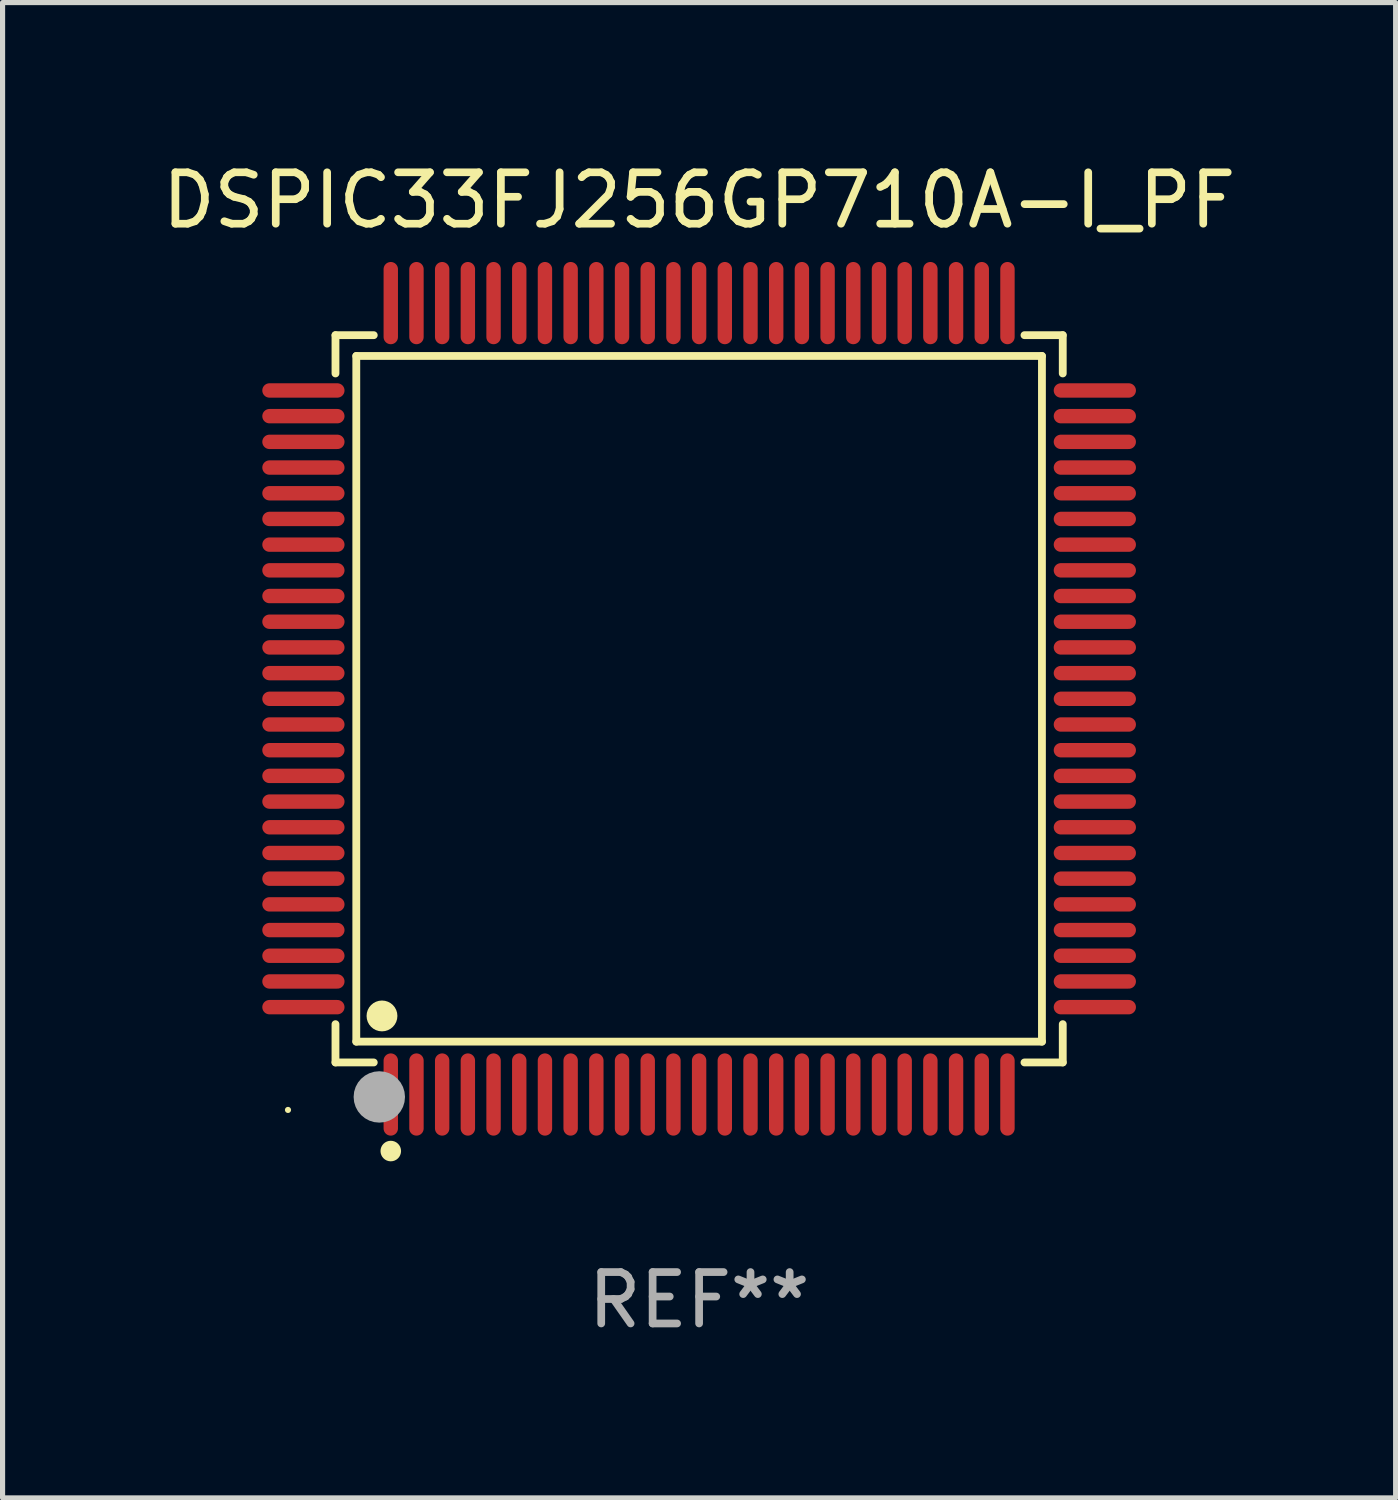
<source format=kicad_pcb>
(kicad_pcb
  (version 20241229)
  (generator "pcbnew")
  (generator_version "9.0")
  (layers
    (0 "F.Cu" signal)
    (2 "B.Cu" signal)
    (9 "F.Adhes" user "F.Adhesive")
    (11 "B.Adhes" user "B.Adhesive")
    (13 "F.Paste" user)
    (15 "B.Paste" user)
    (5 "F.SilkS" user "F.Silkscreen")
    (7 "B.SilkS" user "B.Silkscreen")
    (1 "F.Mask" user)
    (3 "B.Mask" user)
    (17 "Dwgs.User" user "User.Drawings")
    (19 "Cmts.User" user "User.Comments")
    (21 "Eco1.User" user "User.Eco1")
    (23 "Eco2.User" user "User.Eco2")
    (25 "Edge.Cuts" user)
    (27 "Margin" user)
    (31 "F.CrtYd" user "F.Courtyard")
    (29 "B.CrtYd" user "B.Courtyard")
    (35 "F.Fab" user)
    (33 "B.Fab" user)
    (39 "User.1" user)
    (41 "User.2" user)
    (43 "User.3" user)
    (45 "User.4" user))
  (footprint "DSPIC33FJ256GP710A-I_PF"
    (layer "F.Cu")
    (at 10.554 10.548)
    (property "Reference" "DSPIC33FJ256GP710A-I_PF" (at 0 -9.7 0) (layer "F.SilkS") (effects (font (size 1 1) (thickness 0.15))))
    (attr through_hole)
    (fp_line (start -7.076 -7.076) (end -6.331 -7.076) (stroke (width 0.152) (type solid)) (layer "F.SilkS"))
    (fp_line (start -7.076 -6.331) (end -7.076 -7.076) (stroke (width 0.152) (type solid)) (layer "F.SilkS"))
    (fp_line (start -7.076 6.331) (end -7.076 7.076) (stroke (width 0.152) (type solid)) (layer "F.SilkS"))
    (fp_line (start -7.076 7.076) (end -6.331 7.076) (stroke (width 0.152) (type solid)) (layer "F.SilkS"))
    (fp_line (start -6.671 -6.671) (end 6.671 -6.671) (stroke (width 0.152) (type solid)) (layer "F.SilkS"))
    (fp_line (start -6.671 6.671) (end -6.671 -6.671) (stroke (width 0.152) (type solid)) (layer "F.SilkS"))
    (fp_line (start 6.671 -6.671) (end 6.671 6.671) (stroke (width 0.152) (type solid)) (layer "F.SilkS"))
    (fp_line (start 6.671 6.671) (end -6.671 6.671) (stroke (width 0.152) (type solid)) (layer "F.SilkS"))
    (fp_line (start 7.076 -7.076) (end 6.331 -7.076) (stroke (width 0.152) (type solid)) (layer "F.SilkS"))
    (fp_line (start 7.076 -6.331) (end 7.076 -7.076) (stroke (width 0.152) (type solid)) (layer "F.SilkS"))
    (fp_line (start 7.076 6.331) (end 7.076 7.076) (stroke (width 0.152) (type solid)) (layer "F.SilkS"))
    (fp_line (start 7.076 7.076) (end 6.331 7.076) (stroke (width 0.152) (type solid)) (layer "F.SilkS"))
    (fp_circle (center -8 8) (end -7.97 8) (stroke (width 0.06) (type solid)) (fill no) (layer "F.SilkS"))
    (fp_circle (center -6.171 6.171) (end -6.021 6.171) (stroke (width 0.3) (type solid)) (fill no) (layer "F.SilkS"))
    (fp_circle (center -6 8.8) (end -5.9 8.8) (stroke (width 0.2) (type solid)) (fill no) (layer "F.SilkS"))
    (fp_circle (center -6.223 7.747) (end -5.973 7.747) (stroke (width 0.5) (type solid)) (fill no) (layer "F.Fab"))
    (fp_text user "REF**" (at 0 11.7 0) (layer "F.Fab") (effects (font (size 1 1) (thickness 0.15))))
    (pad "1" smd oval (at -6 7.7) (size 0.28 1.6) (layers "F.Cu" "F.Mask" "F.Paste"))
    (pad "2" smd oval (at -5.5 7.7) (size 0.28 1.6) (layers "F.Cu" "F.Mask" "F.Paste"))
    (pad "3" smd oval (at -5 7.7) (size 0.28 1.6) (layers "F.Cu" "F.Mask" "F.Paste"))
    (pad "4" smd oval (at -4.5 7.7) (size 0.28 1.6) (layers "F.Cu" "F.Mask" "F.Paste"))
    (pad "5" smd oval (at -4 7.7) (size 0.28 1.6) (layers "F.Cu" "F.Mask" "F.Paste"))
    (pad "6" smd oval (at -3.5 7.7) (size 0.28 1.6) (layers "F.Cu" "F.Mask" "F.Paste"))
    (pad "7" smd oval (at -3 7.7) (size 0.28 1.6) (layers "F.Cu" "F.Mask" "F.Paste"))
    (pad "8" smd oval (at -2.5 7.7) (size 0.28 1.6) (layers "F.Cu" "F.Mask" "F.Paste"))
    (pad "9" smd oval (at -2 7.7) (size 0.28 1.6) (layers "F.Cu" "F.Mask" "F.Paste"))
    (pad "10" smd oval (at -1.5 7.7) (size 0.28 1.6) (layers "F.Cu" "F.Mask" "F.Paste"))
    (pad "11" smd oval (at -1 7.7) (size 0.28 1.6) (layers "F.Cu" "F.Mask" "F.Paste"))
    (pad "12" smd oval (at -0.5 7.7) (size 0.28 1.6) (layers "F.Cu" "F.Mask" "F.Paste"))
    (pad "13" smd oval (at 0 7.7) (size 0.28 1.6) (layers "F.Cu" "F.Mask" "F.Paste"))
    (pad "14" smd oval (at 0.5 7.7) (size 0.28 1.6) (layers "F.Cu" "F.Mask" "F.Paste"))
    (pad "15" smd oval (at 1 7.7) (size 0.28 1.6) (layers "F.Cu" "F.Mask" "F.Paste"))
    (pad "16" smd oval (at 1.5 7.7) (size 0.28 1.6) (layers "F.Cu" "F.Mask" "F.Paste"))
    (pad "17" smd oval (at 2 7.7) (size 0.28 1.6) (layers "F.Cu" "F.Mask" "F.Paste"))
    (pad "18" smd oval (at 2.5 7.7) (size 0.28 1.6) (layers "F.Cu" "F.Mask" "F.Paste"))
    (pad "19" smd oval (at 3 7.7) (size 0.28 1.6) (layers "F.Cu" "F.Mask" "F.Paste"))
    (pad "20" smd oval (at 3.5 7.7) (size 0.28 1.6) (layers "F.Cu" "F.Mask" "F.Paste"))
    (pad "21" smd oval (at 4 7.7) (size 0.28 1.6) (layers "F.Cu" "F.Mask" "F.Paste"))
    (pad "22" smd oval (at 4.5 7.7) (size 0.28 1.6) (layers "F.Cu" "F.Mask" "F.Paste"))
    (pad "23" smd oval (at 5 7.7) (size 0.28 1.6) (layers "F.Cu" "F.Mask" "F.Paste"))
    (pad "24" smd oval (at 5.5 7.7) (size 0.28 1.6) (layers "F.Cu" "F.Mask" "F.Paste"))
    (pad "25" smd oval (at 6 7.7) (size 0.28 1.6) (layers "F.Cu" "F.Mask" "F.Paste"))
    (pad "26" smd oval (at 7.7 6) (size 1.6 0.28) (layers "F.Cu" "F.Mask" "F.Paste"))
    (pad "27" smd oval (at 7.7 5.5) (size 1.6 0.28) (layers "F.Cu" "F.Mask" "F.Paste"))
    (pad "28" smd oval (at 7.7 5) (size 1.6 0.28) (layers "F.Cu" "F.Mask" "F.Paste"))
    (pad "29" smd oval (at 7.7 4.5) (size 1.6 0.28) (layers "F.Cu" "F.Mask" "F.Paste"))
    (pad "30" smd oval (at 7.7 4) (size 1.6 0.28) (layers "F.Cu" "F.Mask" "F.Paste"))
    (pad "31" smd oval (at 7.7 3.5) (size 1.6 0.28) (layers "F.Cu" "F.Mask" "F.Paste"))
    (pad "32" smd oval (at 7.7 3) (size 1.6 0.28) (layers "F.Cu" "F.Mask" "F.Paste"))
    (pad "33" smd oval (at 7.7 2.5) (size 1.6 0.28) (layers "F.Cu" "F.Mask" "F.Paste"))
    (pad "34" smd oval (at 7.7 2) (size 1.6 0.28) (layers "F.Cu" "F.Mask" "F.Paste"))
    (pad "35" smd oval (at 7.7 1.5) (size 1.6 0.28) (layers "F.Cu" "F.Mask" "F.Paste"))
    (pad "36" smd oval (at 7.7 1) (size 1.6 0.28) (layers "F.Cu" "F.Mask" "F.Paste"))
    (pad "37" smd oval (at 7.7 0.5) (size 1.6 0.28) (layers "F.Cu" "F.Mask" "F.Paste"))
    (pad "38" smd oval (at 7.7 0) (size 1.6 0.28) (layers "F.Cu" "F.Mask" "F.Paste"))
    (pad "39" smd oval (at 7.7 -0.5) (size 1.6 0.28) (layers "F.Cu" "F.Mask" "F.Paste"))
    (pad "40" smd oval (at 7.7 -1) (size 1.6 0.28) (layers "F.Cu" "F.Mask" "F.Paste"))
    (pad "41" smd oval (at 7.7 -1.5) (size 1.6 0.28) (layers "F.Cu" "F.Mask" "F.Paste"))
    (pad "42" smd oval (at 7.7 -2) (size 1.6 0.28) (layers "F.Cu" "F.Mask" "F.Paste"))
    (pad "43" smd oval (at 7.7 -2.5) (size 1.6 0.28) (layers "F.Cu" "F.Mask" "F.Paste"))
    (pad "44" smd oval (at 7.7 -3) (size 1.6 0.28) (layers "F.Cu" "F.Mask" "F.Paste"))
    (pad "45" smd oval (at 7.7 -3.5) (size 1.6 0.28) (layers "F.Cu" "F.Mask" "F.Paste"))
    (pad "46" smd oval (at 7.7 -4) (size 1.6 0.28) (layers "F.Cu" "F.Mask" "F.Paste"))
    (pad "47" smd oval (at 7.7 -4.5) (size 1.6 0.28) (layers "F.Cu" "F.Mask" "F.Paste"))
    (pad "48" smd oval (at 7.7 -5) (size 1.6 0.28) (layers "F.Cu" "F.Mask" "F.Paste"))
    (pad "49" smd oval (at 7.7 -5.5) (size 1.6 0.28) (layers "F.Cu" "F.Mask" "F.Paste"))
    (pad "50" smd oval (at 7.7 -6) (size 1.6 0.28) (layers "F.Cu" "F.Mask" "F.Paste"))
    (pad "51" smd oval (at 6 -7.7) (size 0.28 1.6) (layers "F.Cu" "F.Mask" "F.Paste"))
    (pad "52" smd oval (at 5.5 -7.7) (size 0.28 1.6) (layers "F.Cu" "F.Mask" "F.Paste"))
    (pad "53" smd oval (at 5 -7.7) (size 0.28 1.6) (layers "F.Cu" "F.Mask" "F.Paste"))
    (pad "54" smd oval (at 4.5 -7.7) (size 0.28 1.6) (layers "F.Cu" "F.Mask" "F.Paste"))
    (pad "55" smd oval (at 4 -7.7) (size 0.28 1.6) (layers "F.Cu" "F.Mask" "F.Paste"))
    (pad "56" smd oval (at 3.5 -7.7) (size 0.28 1.6) (layers "F.Cu" "F.Mask" "F.Paste"))
    (pad "57" smd oval (at 3 -7.7) (size 0.28 1.6) (layers "F.Cu" "F.Mask" "F.Paste"))
    (pad "58" smd oval (at 2.5 -7.7) (size 0.28 1.6) (layers "F.Cu" "F.Mask" "F.Paste"))
    (pad "59" smd oval (at 2 -7.7) (size 0.28 1.6) (layers "F.Cu" "F.Mask" "F.Paste"))
    (pad "60" smd oval (at 1.5 -7.7) (size 0.28 1.6) (layers "F.Cu" "F.Mask" "F.Paste"))
    (pad "61" smd oval (at 1 -7.7) (size 0.28 1.6) (layers "F.Cu" "F.Mask" "F.Paste"))
    (pad "62" smd oval (at 0.5 -7.7) (size 0.28 1.6) (layers "F.Cu" "F.Mask" "F.Paste"))
    (pad "63" smd oval (at 0 -7.7) (size 0.28 1.6) (layers "F.Cu" "F.Mask" "F.Paste"))
    (pad "64" smd oval (at -0.5 -7.7) (size 0.28 1.6) (layers "F.Cu" "F.Mask" "F.Paste"))
    (pad "65" smd oval (at -1 -7.7) (size 0.28 1.6) (layers "F.Cu" "F.Mask" "F.Paste"))
    (pad "66" smd oval (at -1.5 -7.7) (size 0.28 1.6) (layers "F.Cu" "F.Mask" "F.Paste"))
    (pad "67" smd oval (at -2 -7.7) (size 0.28 1.6) (layers "F.Cu" "F.Mask" "F.Paste"))
    (pad "68" smd oval (at -2.5 -7.7) (size 0.28 1.6) (layers "F.Cu" "F.Mask" "F.Paste"))
    (pad "69" smd oval (at -3 -7.7) (size 0.28 1.6) (layers "F.Cu" "F.Mask" "F.Paste"))
    (pad "70" smd oval (at -3.5 -7.7) (size 0.28 1.6) (layers "F.Cu" "F.Mask" "F.Paste"))
    (pad "71" smd oval (at -4 -7.7) (size 0.28 1.6) (layers "F.Cu" "F.Mask" "F.Paste"))
    (pad "72" smd oval (at -4.5 -7.7) (size 0.28 1.6) (layers "F.Cu" "F.Mask" "F.Paste"))
    (pad "73" smd oval (at -5 -7.7) (size 0.28 1.6) (layers "F.Cu" "F.Mask" "F.Paste"))
    (pad "74" smd oval (at -5.5 -7.7) (size 0.28 1.6) (layers "F.Cu" "F.Mask" "F.Paste"))
    (pad "75" smd oval (at -6 -7.7) (size 0.28 1.6) (layers "F.Cu" "F.Mask" "F.Paste"))
    (pad "76" smd oval (at -7.7 -6) (size 1.6 0.28) (layers "F.Cu" "F.Mask" "F.Paste"))
    (pad "77" smd oval (at -7.7 -5.5) (size 1.6 0.28) (layers "F.Cu" "F.Mask" "F.Paste"))
    (pad "78" smd oval (at -7.7 -5) (size 1.6 0.28) (layers "F.Cu" "F.Mask" "F.Paste"))
    (pad "79" smd oval (at -7.7 -4.5) (size 1.6 0.28) (layers "F.Cu" "F.Mask" "F.Paste"))
    (pad "80" smd oval (at -7.7 -4) (size 1.6 0.28) (layers "F.Cu" "F.Mask" "F.Paste"))
    (pad "81" smd oval (at -7.7 -3.5) (size 1.6 0.28) (layers "F.Cu" "F.Mask" "F.Paste"))
    (pad "82" smd oval (at -7.7 -3) (size 1.6 0.28) (layers "F.Cu" "F.Mask" "F.Paste"))
    (pad "83" smd oval (at -7.7 -2.5) (size 1.6 0.28) (layers "F.Cu" "F.Mask" "F.Paste"))
    (pad "84" smd oval (at -7.7 -2) (size 1.6 0.28) (layers "F.Cu" "F.Mask" "F.Paste"))
    (pad "85" smd oval (at -7.7 -1.5) (size 1.6 0.28) (layers "F.Cu" "F.Mask" "F.Paste"))
    (pad "86" smd oval (at -7.7 -1) (size 1.6 0.28) (layers "F.Cu" "F.Mask" "F.Paste"))
    (pad "87" smd oval (at -7.7 -0.5) (size 1.6 0.28) (layers "F.Cu" "F.Mask" "F.Paste"))
    (pad "88" smd oval (at -7.7 0) (size 1.6 0.28) (layers "F.Cu" "F.Mask" "F.Paste"))
    (pad "89" smd oval (at -7.7 0.5) (size 1.6 0.28) (layers "F.Cu" "F.Mask" "F.Paste"))
    (pad "90" smd oval (at -7.7 1) (size 1.6 0.28) (layers "F.Cu" "F.Mask" "F.Paste"))
    (pad "91" smd oval (at -7.7 1.5) (size 1.6 0.28) (layers "F.Cu" "F.Mask" "F.Paste"))
    (pad "92" smd oval (at -7.7 2) (size 1.6 0.28) (layers "F.Cu" "F.Mask" "F.Paste"))
    (pad "93" smd oval (at -7.7 2.5) (size 1.6 0.28) (layers "F.Cu" "F.Mask" "F.Paste"))
    (pad "94" smd oval (at -7.7 3) (size 1.6 0.28) (layers "F.Cu" "F.Mask" "F.Paste"))
    (pad "95" smd oval (at -7.7 3.5) (size 1.6 0.28) (layers "F.Cu" "F.Mask" "F.Paste"))
    (pad "96" smd oval (at -7.7 4) (size 1.6 0.28) (layers "F.Cu" "F.Mask" "F.Paste"))
    (pad "97" smd oval (at -7.7 4.5) (size 1.6 0.28) (layers "F.Cu" "F.Mask" "F.Paste"))
    (pad "98" smd oval (at -7.7 5) (size 1.6 0.28) (layers "F.Cu" "F.Mask" "F.Paste"))
    (pad "99" smd oval (at -7.7 5.5) (size 1.6 0.28) (layers "F.Cu" "F.Mask" "F.Paste"))
    (pad "100" smd oval (at -7.7 6) (size 1.6 0.28) (layers "F.Cu" "F.Mask" "F.Paste")))
  (gr_rect
    (start -3 -3)
    (end 24.107 26.097)
    (stroke (width 0.1) (type default))
    (fill no)
    (layer "Edge.Cuts")))
</source>
